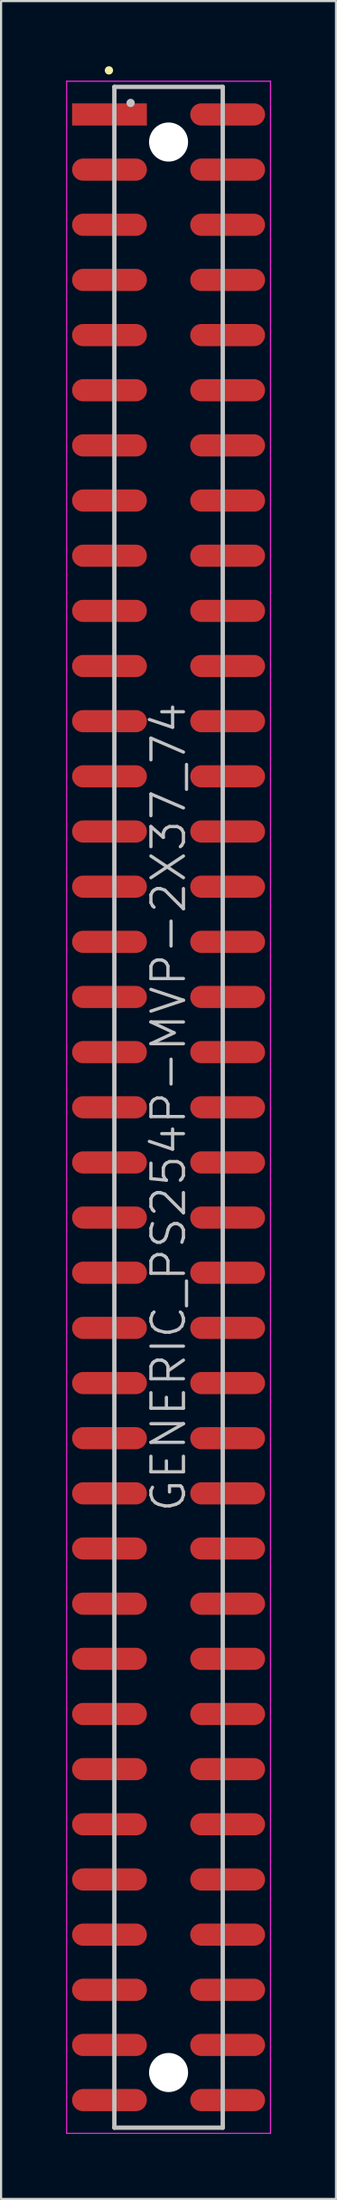
<source format=kicad_pcb>
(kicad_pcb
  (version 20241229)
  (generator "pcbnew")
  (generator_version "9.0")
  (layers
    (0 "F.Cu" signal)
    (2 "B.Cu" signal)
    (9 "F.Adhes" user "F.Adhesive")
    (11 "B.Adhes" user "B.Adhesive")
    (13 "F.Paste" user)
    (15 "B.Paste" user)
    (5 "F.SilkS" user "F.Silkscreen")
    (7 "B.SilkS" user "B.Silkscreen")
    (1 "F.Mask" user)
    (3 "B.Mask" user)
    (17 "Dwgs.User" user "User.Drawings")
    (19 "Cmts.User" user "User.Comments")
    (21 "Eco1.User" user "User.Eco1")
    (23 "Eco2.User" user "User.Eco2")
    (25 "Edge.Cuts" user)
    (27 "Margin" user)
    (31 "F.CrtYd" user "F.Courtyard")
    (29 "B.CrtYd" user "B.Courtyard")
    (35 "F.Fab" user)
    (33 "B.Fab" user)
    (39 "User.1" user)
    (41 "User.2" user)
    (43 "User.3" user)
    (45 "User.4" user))
  (footprint "GENERIC_PS254P-MVP-2X37_74"
    (layer "F.Cu")
    (at 4.725 47.941)
    (property "Reference" "GENERIC_PS254P-MVP-2X37_74" (at 0 0 90) (layer "Dwgs.User") (effects (font (size 1.5 1.5) (thickness 0.15))))
    (attr smd)
    (fp_line (start -2.75 -47.75) (end -2.75 -47.75) (stroke (width 0.381) (type solid)) (layer "F.SilkS"))
    (fp_line (start -2.5 -46.99) (end -2.5 46.99) (stroke (width 0.2) (type solid)) (layer "Dwgs.User"))
    (fp_line (start -2.5 -46.99) (end 2.5 -46.99) (stroke (width 0.2) (type solid)) (layer "Dwgs.User"))
    (fp_line (start -2.5 46.99) (end 2.5 46.99) (stroke (width 0.2) (type solid)) (layer "Dwgs.User"))
    (fp_line (start -1.75 -46.25) (end -1.75 -46.25) (stroke (width 0.381) (type solid)) (layer "Dwgs.User"))
    (fp_line (start 2.5 -46.99) (end 2.5 46.99) (stroke (width 0.2) (type solid)) (layer "Dwgs.User"))
    (fp_line (start -4.7 -47.25) (end -4.7 47.25) (stroke (width 0.05) (type solid)) (layer "F.CrtYd"))
    (fp_line (start -4.7 -47.25) (end 4.7 -47.25) (stroke (width 0.05) (type solid)) (layer "F.CrtYd"))
    (fp_line (start -4.7 47.25) (end 4.7 47.25) (stroke (width 0.05) (type solid)) (layer "F.CrtYd"))
    (fp_line (start 4.7 -47.25) (end 4.7 47.25) (stroke (width 0.05) (type solid)) (layer "F.CrtYd"))
    (pad "" np_thru_hole circle (at 0 -44.45 270) (size 1.8 1.8) (drill 1.8) (layers "*.Cu" "*.Mask"))
    (pad "" np_thru_hole circle (at 0 44.45 270) (size 1.8 1.8) (drill 1.8) (layers "*.Cu" "*.Mask"))
    (pad "1" smd rect (at -2.725 -45.72 270) (size 1.02 3.45) (layers "F.Cu" "F.Mask" "F.Paste"))
    (pad "2" smd oval (at 2.725 -45.72 270) (size 1.02 3.45) (layers "F.Cu" "F.Mask" "F.Paste"))
    (pad "3" smd oval (at -2.725 -43.18 270) (size 1.02 3.45) (layers "F.Cu" "F.Mask" "F.Paste"))
    (pad "4" smd oval (at 2.725 -43.18 270) (size 1.02 3.45) (layers "F.Cu" "F.Mask" "F.Paste"))
    (pad "5" smd oval (at -2.725 -40.64 270) (size 1.02 3.45) (layers "F.Cu" "F.Mask" "F.Paste"))
    (pad "6" smd oval (at 2.725 -40.64 270) (size 1.02 3.45) (layers "F.Cu" "F.Mask" "F.Paste"))
    (pad "7" smd oval (at -2.725 -38.1 270) (size 1.02 3.45) (layers "F.Cu" "F.Mask" "F.Paste"))
    (pad "8" smd oval (at 2.725 -38.1 270) (size 1.02 3.45) (layers "F.Cu" "F.Mask" "F.Paste"))
    (pad "9" smd oval (at -2.725 -35.56 270) (size 1.02 3.45) (layers "F.Cu" "F.Mask" "F.Paste"))
    (pad "10" smd oval (at 2.725 -35.56 270) (size 1.02 3.45) (layers "F.Cu" "F.Mask" "F.Paste"))
    (pad "11" smd oval (at -2.725 -33.02 270) (size 1.02 3.45) (layers "F.Cu" "F.Mask" "F.Paste"))
    (pad "12" smd oval (at 2.725 -33.02 270) (size 1.02 3.45) (layers "F.Cu" "F.Mask" "F.Paste"))
    (pad "13" smd oval (at -2.725 -30.48 270) (size 1.02 3.45) (layers "F.Cu" "F.Mask" "F.Paste"))
    (pad "14" smd oval (at 2.725 -30.48 270) (size 1.02 3.45) (layers "F.Cu" "F.Mask" "F.Paste"))
    (pad "15" smd oval (at -2.725 -27.94 270) (size 1.02 3.45) (layers "F.Cu" "F.Mask" "F.Paste"))
    (pad "16" smd oval (at 2.725 -27.94 270) (size 1.02 3.45) (layers "F.Cu" "F.Mask" "F.Paste"))
    (pad "17" smd oval (at -2.725 -25.4 270) (size 1.02 3.45) (layers "F.Cu" "F.Mask" "F.Paste"))
    (pad "18" smd oval (at 2.725 -25.4 270) (size 1.02 3.45) (layers "F.Cu" "F.Mask" "F.Paste"))
    (pad "19" smd oval (at -2.725 -22.86 270) (size 1.02 3.45) (layers "F.Cu" "F.Mask" "F.Paste"))
    (pad "20" smd oval (at 2.725 -22.86 270) (size 1.02 3.45) (layers "F.Cu" "F.Mask" "F.Paste"))
    (pad "21" smd oval (at -2.725 -20.32 270) (size 1.02 3.45) (layers "F.Cu" "F.Mask" "F.Paste"))
    (pad "22" smd oval (at 2.725 -20.32 270) (size 1.02 3.45) (layers "F.Cu" "F.Mask" "F.Paste"))
    (pad "23" smd oval (at -2.725 -17.78 270) (size 1.02 3.45) (layers "F.Cu" "F.Mask" "F.Paste"))
    (pad "24" smd oval (at 2.725 -17.78 270) (size 1.02 3.45) (layers "F.Cu" "F.Mask" "F.Paste"))
    (pad "25" smd oval (at -2.725 -15.24 270) (size 1.02 3.45) (layers "F.Cu" "F.Mask" "F.Paste"))
    (pad "26" smd oval (at 2.725 -15.24 270) (size 1.02 3.45) (layers "F.Cu" "F.Mask" "F.Paste"))
    (pad "27" smd oval (at -2.725 -12.7 270) (size 1.02 3.45) (layers "F.Cu" "F.Mask" "F.Paste"))
    (pad "28" smd oval (at 2.725 -12.7 270) (size 1.02 3.45) (layers "F.Cu" "F.Mask" "F.Paste"))
    (pad "29" smd oval (at -2.725 -10.16 270) (size 1.02 3.45) (layers "F.Cu" "F.Mask" "F.Paste"))
    (pad "30" smd oval (at 2.725 -10.16 270) (size 1.02 3.45) (layers "F.Cu" "F.Mask" "F.Paste"))
    (pad "31" smd oval (at -2.725 -7.62 270) (size 1.02 3.45) (layers "F.Cu" "F.Mask" "F.Paste"))
    (pad "32" smd oval (at 2.725 -7.62 270) (size 1.02 3.45) (layers "F.Cu" "F.Mask" "F.Paste"))
    (pad "33" smd oval (at -2.725 -5.08 270) (size 1.02 3.45) (layers "F.Cu" "F.Mask" "F.Paste"))
    (pad "34" smd oval (at 2.725 -5.08 270) (size 1.02 3.45) (layers "F.Cu" "F.Mask" "F.Paste"))
    (pad "35" smd oval (at -2.725 -2.54 270) (size 1.02 3.45) (layers "F.Cu" "F.Mask" "F.Paste"))
    (pad "36" smd oval (at 2.725 -2.54 270) (size 1.02 3.45) (layers "F.Cu" "F.Mask" "F.Paste"))
    (pad "37" smd oval (at -2.725 0 270) (size 1.02 3.45) (layers "F.Cu" "F.Mask" "F.Paste"))
    (pad "38" smd oval (at 2.725 0 270) (size 1.02 3.45) (layers "F.Cu" "F.Mask" "F.Paste"))
    (pad "39" smd oval (at -2.725 2.54 270) (size 1.02 3.45) (layers "F.Cu" "F.Mask" "F.Paste"))
    (pad "40" smd oval (at 2.725 2.54 270) (size 1.02 3.45) (layers "F.Cu" "F.Mask" "F.Paste"))
    (pad "41" smd oval (at -2.725 5.08 270) (size 1.02 3.45) (layers "F.Cu" "F.Mask" "F.Paste"))
    (pad "42" smd oval (at 2.725 5.08 270) (size 1.02 3.45) (layers "F.Cu" "F.Mask" "F.Paste"))
    (pad "43" smd oval (at -2.725 7.62 270) (size 1.02 3.45) (layers "F.Cu" "F.Mask" "F.Paste"))
    (pad "44" smd oval (at 2.725 7.62 270) (size 1.02 3.45) (layers "F.Cu" "F.Mask" "F.Paste"))
    (pad "45" smd oval (at -2.725 10.16 270) (size 1.02 3.45) (layers "F.Cu" "F.Mask" "F.Paste"))
    (pad "46" smd oval (at 2.725 10.16 270) (size 1.02 3.45) (layers "F.Cu" "F.Mask" "F.Paste"))
    (pad "47" smd oval (at -2.725 12.7 270) (size 1.02 3.45) (layers "F.Cu" "F.Mask" "F.Paste"))
    (pad "48" smd oval (at 2.725 12.7 270) (size 1.02 3.45) (layers "F.Cu" "F.Mask" "F.Paste"))
    (pad "49" smd oval (at -2.725 15.24 270) (size 1.02 3.45) (layers "F.Cu" "F.Mask" "F.Paste"))
    (pad "50" smd oval (at 2.725 15.24 270) (size 1.02 3.45) (layers "F.Cu" "F.Mask" "F.Paste"))
    (pad "51" smd oval (at -2.725 17.78 270) (size 1.02 3.45) (layers "F.Cu" "F.Mask" "F.Paste"))
    (pad "52" smd oval (at 2.725 17.78 270) (size 1.02 3.45) (layers "F.Cu" "F.Mask" "F.Paste"))
    (pad "53" smd oval (at -2.725 20.32 270) (size 1.02 3.45) (layers "F.Cu" "F.Mask" "F.Paste"))
    (pad "54" smd oval (at 2.725 20.32 270) (size 1.02 3.45) (layers "F.Cu" "F.Mask" "F.Paste"))
    (pad "55" smd oval (at -2.725 22.86 270) (size 1.02 3.45) (layers "F.Cu" "F.Mask" "F.Paste"))
    (pad "56" smd oval (at 2.725 22.86 270) (size 1.02 3.45) (layers "F.Cu" "F.Mask" "F.Paste"))
    (pad "57" smd oval (at -2.725 25.4 270) (size 1.02 3.45) (layers "F.Cu" "F.Mask" "F.Paste"))
    (pad "58" smd oval (at 2.725 25.4 270) (size 1.02 3.45) (layers "F.Cu" "F.Mask" "F.Paste"))
    (pad "59" smd oval (at -2.725 27.94 270) (size 1.02 3.45) (layers "F.Cu" "F.Mask" "F.Paste"))
    (pad "60" smd oval (at 2.725 27.94 270) (size 1.02 3.45) (layers "F.Cu" "F.Mask" "F.Paste"))
    (pad "61" smd oval (at -2.725 30.48 270) (size 1.02 3.45) (layers "F.Cu" "F.Mask" "F.Paste"))
    (pad "62" smd oval (at 2.725 30.48 270) (size 1.02 3.45) (layers "F.Cu" "F.Mask" "F.Paste"))
    (pad "63" smd oval (at -2.725 33.02 270) (size 1.02 3.45) (layers "F.Cu" "F.Mask" "F.Paste"))
    (pad "64" smd oval (at 2.725 33.02 270) (size 1.02 3.45) (layers "F.Cu" "F.Mask" "F.Paste"))
    (pad "65" smd oval (at -2.725 35.56 270) (size 1.02 3.45) (layers "F.Cu" "F.Mask" "F.Paste"))
    (pad "66" smd oval (at 2.725 35.56 270) (size 1.02 3.45) (layers "F.Cu" "F.Mask" "F.Paste"))
    (pad "67" smd oval (at -2.725 38.1 270) (size 1.02 3.45) (layers "F.Cu" "F.Mask" "F.Paste"))
    (pad "68" smd oval (at 2.725 38.1 270) (size 1.02 3.45) (layers "F.Cu" "F.Mask" "F.Paste"))
    (pad "69" smd oval (at -2.725 40.64 270) (size 1.02 3.45) (layers "F.Cu" "F.Mask" "F.Paste"))
    (pad "70" smd oval (at 2.725 40.64 270) (size 1.02 3.45) (layers "F.Cu" "F.Mask" "F.Paste"))
    (pad "71" smd oval (at -2.725 43.18 270) (size 1.02 3.45) (layers "F.Cu" "F.Mask" "F.Paste"))
    (pad "72" smd oval (at 2.725 43.18 270) (size 1.02 3.45) (layers "F.Cu" "F.Mask" "F.Paste"))
    (pad "73" smd oval (at -2.725 45.72 270) (size 1.02 3.45) (layers "F.Cu" "F.Mask" "F.Paste"))
    (pad "74" smd oval (at 2.725 45.72 270) (size 1.02 3.45) (layers "F.Cu" "F.Mask" "F.Paste")))
  (gr_rect
    (start -3 -3)
    (end 12.45 98.216)
    (stroke (width 0.1) (type default))
    (fill no)
    (layer "Edge.Cuts")))
</source>
